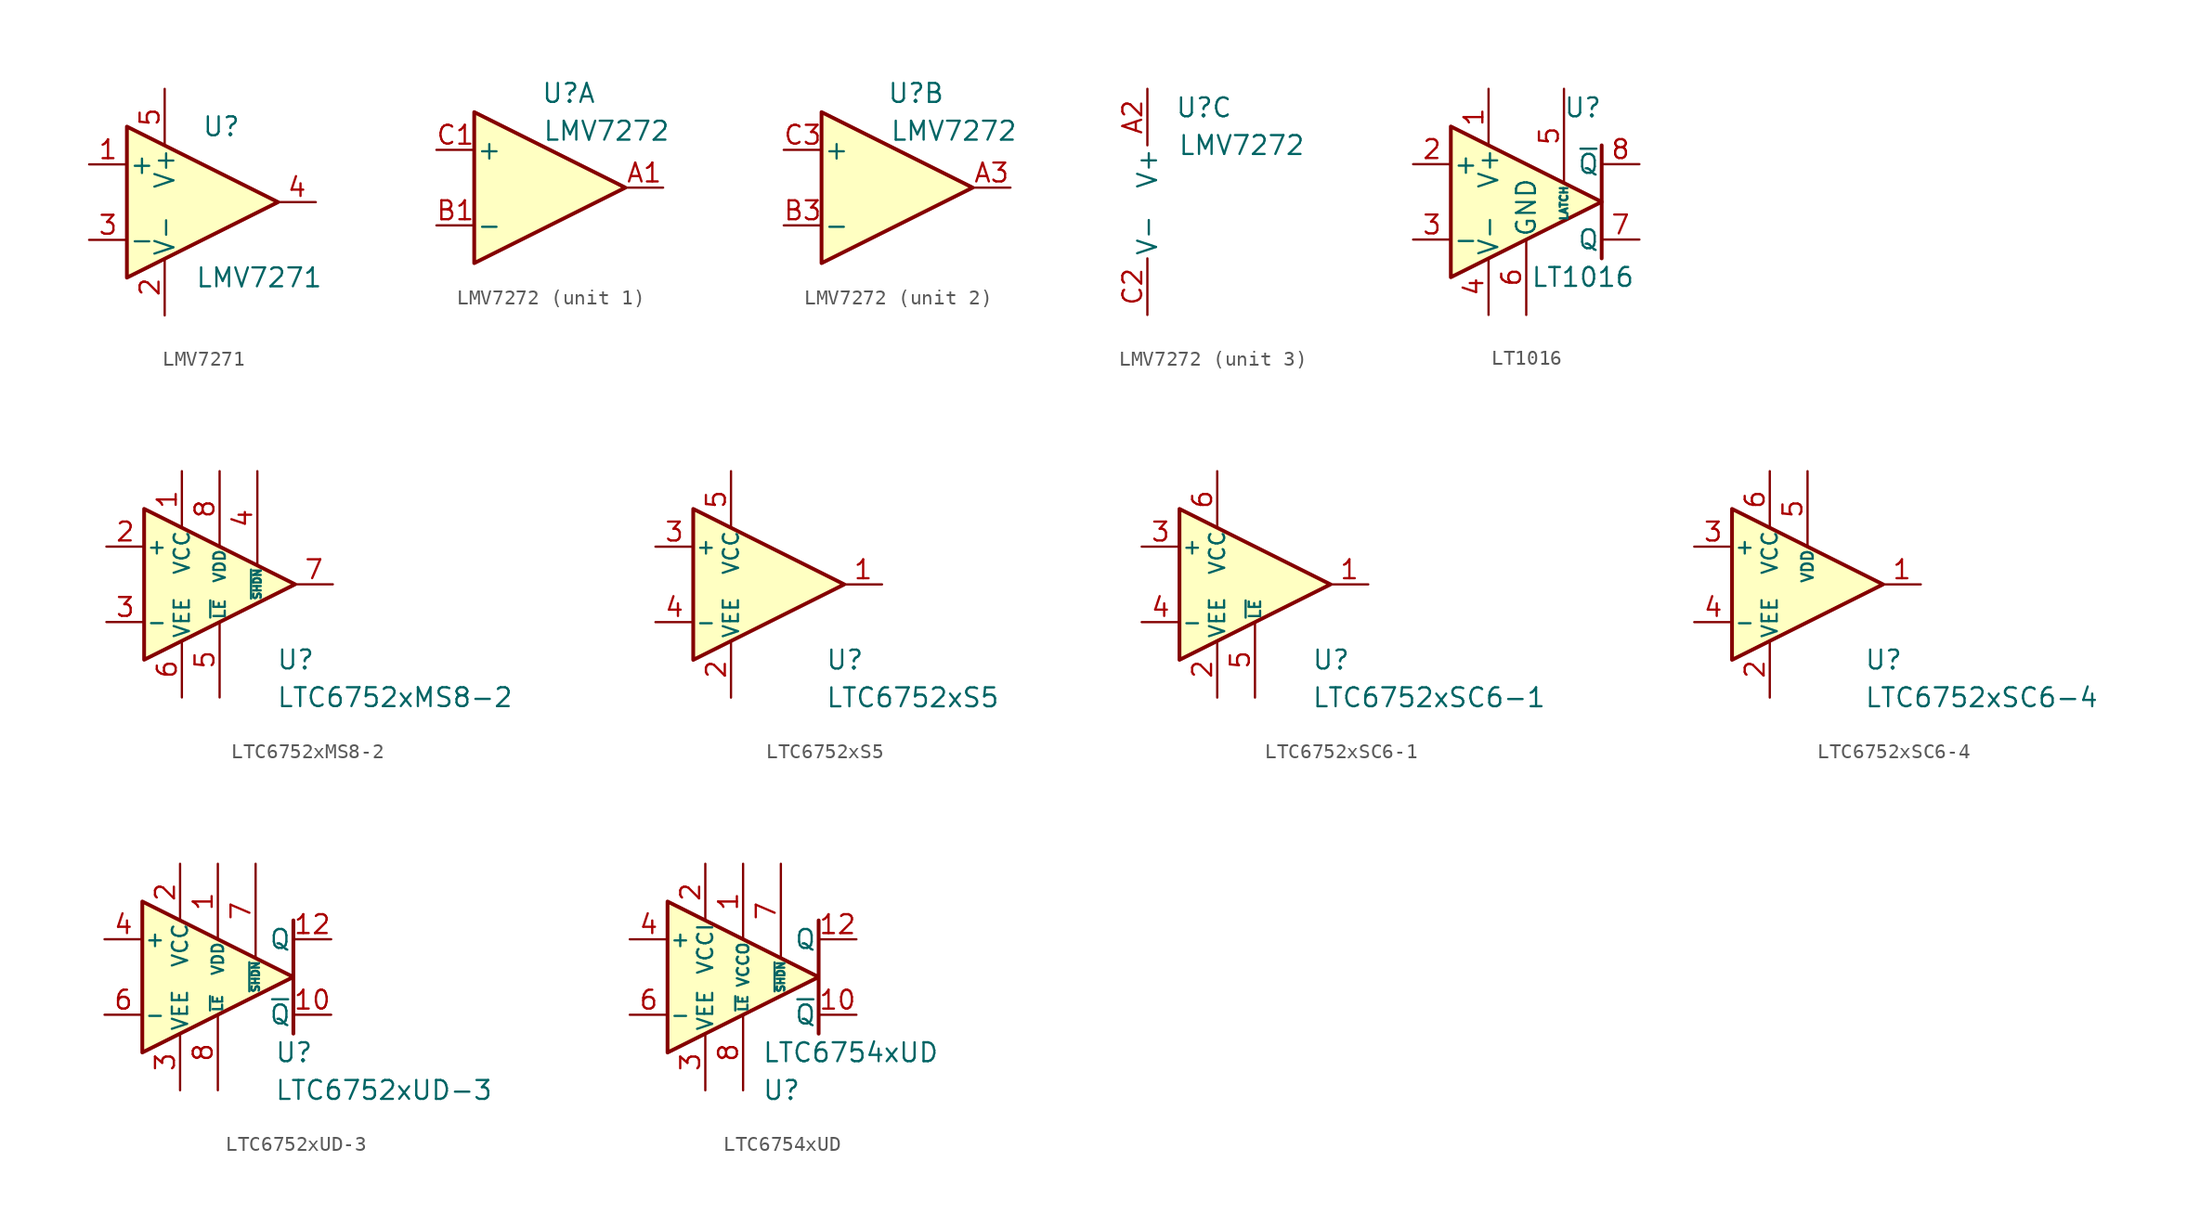
<source format=kicad_sym>
(kicad_symbol_lib
  (version 20241209)
  (generator "kicad_symbol_editor")
  (generator_version "9.0")
  (symbol "LMV7271"
    (pin_names
      (offset 0.127))
    (property "Reference" "U"
      (at 1.27 5.08 0)
      (effects (font (size 1.27 1.27))))
    (property "Value" "LMV7271"
      (at 3.81 -5.08 0)
      (effects (font (size 1.27 1.27))))
    (symbol "LMV7271_0_1"
      (polyline (pts (xy -5.08 5.08) (xy 5.08 0) (xy -5.08 -5.08) (xy -5.08 5.08)) (stroke (width 0.254) (type default)) (fill (type background))))
    (symbol "LMV7271_1_1"
      (pin input line (at -7.62 2.54 0) (length 2.54) (name "+" (effects (font (size 1.27 1.27)))) (number "1" (effects (font (size 1.27 1.27)))))
      (pin input line (at -7.62 -2.54 0) (length 2.54) (name "-" (effects (font (size 1.27 1.27)))) (number "3" (effects (font (size 1.27 1.27)))))
      (pin power_in line (at -2.54 7.62 270) (length 3.81) (name "V+" (effects (font (size 1.27 1.27)))) (number "5" (effects (font (size 1.27 1.27)))))
      (pin power_in line (at -2.54 -7.62 90) (length 3.81) (name "V-" (effects (font (size 1.27 1.27)))) (number "2" (effects (font (size 1.27 1.27)))))
      (pin output line (at 7.62 0 180) (length 2.54) (name "~" (effects (font (size 1.27 1.27)))) (number "4" (effects (font (size 1.27 1.27)))))))
  (symbol "LMV7272"
    (pin_names
      (offset 0.127))
    (property "Reference" "U"
      (at 1.27 6.35 0)
      (effects (font (size 1.27 1.27))))
    (property "Value" "LMV7272"
      (at 3.81 3.81 0)
      (effects (font (size 1.27 1.27))))
    (property "ki_locked" ""
      (at 0 0 0)
      (effects (font (size 1.27 1.27))))
    (symbol "LMV7272_1_1"
      (polyline (pts (xy -5.08 5.08) (xy 5.08 0) (xy -5.08 -5.08) (xy -5.08 5.08)) (stroke (width 0.254) (type default)) (fill (type background)))
      (pin input line (at -7.62 2.54 0) (length 2.54) (name "+" (effects (font (size 1.27 1.27)))) (number "C1" (effects (font (size 1.27 1.27)))))
      (pin input line (at -7.62 -2.54 0) (length 2.54) (name "-" (effects (font (size 1.27 1.27)))) (number "B1" (effects (font (size 1.27 1.27)))))
      (pin output line (at 7.62 0 180) (length 2.54) (name "~" (effects (font (size 1.27 1.27)))) (number "A1" (effects (font (size 1.27 1.27))))))
    (symbol "LMV7272_2_1"
      (polyline (pts (xy -5.08 2.54) (xy -5.08 5.08) (xy 5.08 0) (xy -5.08 -5.08) (xy -5.08 2.54)) (stroke (width 0.254) (type default)) (fill (type background)))
      (pin input line (at -7.62 2.54 0) (length 2.54) (name "+" (effects (font (size 1.27 1.27)))) (number "C3" (effects (font (size 1.27 1.27)))))
      (pin input line (at -7.62 -2.54 0) (length 2.54) (name "-" (effects (font (size 1.27 1.27)))) (number "B3" (effects (font (size 1.27 1.27)))))
      (pin output line (at 7.62 0 180) (length 2.54) (name "~" (effects (font (size 1.27 1.27)))) (number "A3" (effects (font (size 1.27 1.27))))))
    (symbol "LMV7272_3_1"
      (pin power_in line (at -2.54 7.62 270) (length 3.81) (name "V+" (effects (font (size 1.27 1.27)))) (number "A2" (effects (font (size 1.27 1.27)))))
      (pin power_in line (at -2.54 -7.62 90) (length 3.81) (name "V-" (effects (font (size 1.27 1.27)))) (number "C2" (effects (font (size 1.27 1.27)))))))
  (symbol "LT1016"
    (pin_names
      (offset 0.127))
    (property "Reference" "U"
      (at 3.81 6.35 0)
      (effects (font (size 1.27 1.27))))
    (property "Value" "LT1016"
      (at 3.81 -5.08 0)
      (effects (font (size 1.27 1.27))))
    (symbol "LT1016_0_1"
      (polyline (pts (xy -5.08 5.08) (xy 5.08 0) (xy -5.08 -5.08) (xy -5.08 5.08)) (stroke (width 0.254) (type default)) (fill (type background)))
      (polyline (pts (xy 5.08 3.81) (xy 5.08 -3.81)) (stroke (width 0.254) (type default)) (fill (type none))))
    (symbol "LT1016_1_1"
      (pin input line (at -7.62 2.54 0) (length 2.54) (name "+" (effects (font (size 1.27 1.27)))) (number "2" (effects (font (size 1.27 1.27)))))
      (pin input line (at -7.62 -2.54 0) (length 2.54) (name "-" (effects (font (size 1.27 1.27)))) (number "3" (effects (font (size 1.27 1.27)))))
      (pin power_in line (at -2.54 7.62 270) (length 3.81) (name "V+" (effects (font (size 1.27 1.27)))) (number "1" (effects (font (size 1.27 1.27)))))
      (pin power_in line (at -2.54 -7.62 90) (length 3.81) (name "V-" (effects (font (size 1.27 1.27)))) (number "4" (effects (font (size 1.27 1.27)))))
      (pin power_in line (at 0 -7.62 90) (length 5.08) (name "GND" (effects (font (size 1.27 1.27)))) (number "6" (effects (font (size 1.27 1.27)))))
      (pin input line (at 2.54 7.62 270) (length 6.35) (name "LATCH" (effects (font (size 0.508 0.508)))) (number "5" (effects (font (size 1.27 1.27)))))
      (pin output line (at 7.62 2.54 180) (length 2.54) (name "~{Q}" (effects (font (size 1.27 1.27)))) (number "8" (effects (font (size 1.27 1.27)))))
      (pin output line (at 7.62 -2.54 180) (length 2.54) (name "Q" (effects (font (size 1.27 1.27)))) (number "7" (effects (font (size 1.27 1.27)))))))
  (symbol "LTC6752xMS8-2"
    (pin_names
      (offset 0.127))
    (property "Reference" "U"
      (at 3.81 -5.08 0)
      (effects (font (size 1.27 1.27)) (justify left)))
    (property "Value" "LTC6752xMS8-2"
      (at 3.81 -7.62 0)
      (effects (font (size 1.27 1.27)) (justify left)))
    (symbol "LTC6752xMS8-2_1_1"
      (polyline (pts (xy -5.08 5.08) (xy 5.08 0) (xy -5.08 -5.08) (xy -5.08 5.08)) (stroke (width 0.254) (type default)) (fill (type background)))
      (pin input line (at -7.62 2.54 0) (length 2.54) (name "+" (effects (font (size 1.016 1.016)))) (number "2" (effects (font (size 1.27 1.27)))))
      (pin input line (at -7.62 -2.54 0) (length 2.54) (name "-" (effects (font (size 1.016 1.016)))) (number "3" (effects (font (size 1.27 1.27)))))
      (pin power_in line (at -2.54 7.62 270) (length 3.81) (name "VCC" (effects (font (size 1.016 1.016)))) (number "1" (effects (font (size 1.27 1.27)))))
      (pin power_in line (at -2.54 -7.62 90) (length 3.81) (name "VEE" (effects (font (size 1.016 1.016)))) (number "6" (effects (font (size 1.27 1.27)))))
      (pin power_in line (at 0 7.62 270) (length 5.08) (name "VDD" (effects (font (size 0.762 0.762)))) (number "8" (effects (font (size 1.27 1.27)))))
      (pin input line (at 0 -7.62 90) (length 5.08) (name "~{LE}" (effects (font (size 0.762 0.762)))) (number "5" (effects (font (size 1.27 1.27)))))
      (pin input line (at 2.54 7.62 270) (length 6.35) (name "~{SHDN}" (effects (font (size 0.508 0.508)))) (number "4" (effects (font (size 1.27 1.27)))))
      (pin output line (at 7.62 0 180) (length 2.54) (name "~" (effects (font (size 1.27 1.27)))) (number "7" (effects (font (size 1.27 1.27)))))))
  (symbol "LTC6752xS5"
    (pin_names
      (offset 0.127))
    (property "Reference" "U"
      (at 3.81 -5.08 0)
      (effects (font (size 1.27 1.27)) (justify left)))
    (property "Value" "LTC6752xS5"
      (at 3.81 -7.62 0)
      (effects (font (size 1.27 1.27)) (justify left)))
    (symbol "LTC6752xS5_1_1"
      (polyline (pts (xy -5.08 5.08) (xy 5.08 0) (xy -5.08 -5.08) (xy -5.08 5.08)) (stroke (width 0.254) (type default)) (fill (type background)))
      (pin input line (at -7.62 2.54 0) (length 2.54) (name "+" (effects (font (size 1.016 1.016)))) (number "3" (effects (font (size 1.27 1.27)))))
      (pin input line (at -7.62 -2.54 0) (length 2.54) (name "-" (effects (font (size 1.016 1.016)))) (number "4" (effects (font (size 1.27 1.27)))))
      (pin power_in line (at -2.54 7.62 270) (length 3.81) (name "VCC" (effects (font (size 1.016 1.016)))) (number "5" (effects (font (size 1.27 1.27)))))
      (pin power_in line (at -2.54 -7.62 90) (length 3.81) (name "VEE" (effects (font (size 1.016 1.016)))) (number "2" (effects (font (size 1.27 1.27)))))
      (pin output line (at 7.62 0 180) (length 2.54) (name "~" (effects (font (size 1.27 1.27)))) (number "1" (effects (font (size 1.27 1.27)))))))
  (symbol "LTC6752xSC6-1"
    (pin_names
      (offset 0.127))
    (property "Reference" "U"
      (at 3.81 -5.08 0)
      (effects (font (size 1.27 1.27)) (justify left)))
    (property "Value" "LTC6752xSC6-1"
      (at 3.81 -7.62 0)
      (effects (font (size 1.27 1.27)) (justify left)))
    (symbol "LTC6752xSC6-1_1_1"
      (polyline (pts (xy -5.08 5.08) (xy 5.08 0) (xy -5.08 -5.08) (xy -5.08 5.08)) (stroke (width 0.254) (type default)) (fill (type background)))
      (pin input line (at -7.62 2.54 0) (length 2.54) (name "+" (effects (font (size 1.016 1.016)))) (number "3" (effects (font (size 1.27 1.27)))))
      (pin input line (at -7.62 -2.54 0) (length 2.54) (name "-" (effects (font (size 1.016 1.016)))) (number "4" (effects (font (size 1.27 1.27)))))
      (pin power_in line (at -2.54 7.62 270) (length 3.81) (name "VCC" (effects (font (size 1.016 1.016)))) (number "6" (effects (font (size 1.27 1.27)))))
      (pin power_in line (at -2.54 -7.62 90) (length 3.81) (name "VEE" (effects (font (size 1.016 1.016)))) (number "2" (effects (font (size 1.27 1.27)))))
      (pin input line (at 0 -7.62 90) (length 5.08) (name "~{LE}" (effects (font (size 0.762 0.762)))) (number "5" (effects (font (size 1.27 1.27)))))
      (pin output line (at 7.62 0 180) (length 2.54) (name "~" (effects (font (size 1.27 1.27)))) (number "1" (effects (font (size 1.27 1.27)))))))
  (symbol "LTC6752xSC6-4"
    (pin_names
      (offset 0.127))
    (property "Reference" "U"
      (at 3.81 -5.08 0)
      (effects (font (size 1.27 1.27)) (justify left)))
    (property "Value" "LTC6752xSC6-4"
      (at 3.81 -7.62 0)
      (effects (font (size 1.27 1.27)) (justify left)))
    (symbol "LTC6752xSC6-4_1_1"
      (polyline (pts (xy -5.08 5.08) (xy 5.08 0) (xy -5.08 -5.08) (xy -5.08 5.08)) (stroke (width 0.254) (type default)) (fill (type background)))
      (pin input line (at -7.62 2.54 0) (length 2.54) (name "+" (effects (font (size 1.016 1.016)))) (number "3" (effects (font (size 1.27 1.27)))))
      (pin input line (at -7.62 -2.54 0) (length 2.54) (name "-" (effects (font (size 1.016 1.016)))) (number "4" (effects (font (size 1.27 1.27)))))
      (pin power_in line (at -2.54 7.62 270) (length 3.81) (name "VCC" (effects (font (size 1.016 1.016)))) (number "6" (effects (font (size 1.27 1.27)))))
      (pin power_in line (at -2.54 -7.62 90) (length 3.81) (name "VEE" (effects (font (size 1.016 1.016)))) (number "2" (effects (font (size 1.27 1.27)))))
      (pin power_in line (at 0 7.62 270) (length 5.08) (name "VDD" (effects (font (size 0.762 0.762)))) (number "5" (effects (font (size 1.27 1.27)))))
      (pin output line (at 7.62 0 180) (length 2.54) (name "~" (effects (font (size 1.27 1.27)))) (number "1" (effects (font (size 1.27 1.27)))))))
  (symbol "LTC6752xUD-3"
    (pin_names
      (offset 0.127))
    (property "Reference" "U"
      (at 3.81 -5.08 0)
      (effects (font (size 1.27 1.27)) (justify left)))
    (property "Value" "LTC6752xUD-3"
      (at 3.81 -7.62 0)
      (effects (font (size 1.27 1.27)) (justify left)))
    (symbol "LTC6752xUD-3_0_1"
      (polyline (pts (xy 5.08 3.81) (xy 5.08 0) (xy -5.08 5.08) (xy -5.08 -5.08) (xy 5.08 0) (xy 5.08 -3.81)) (stroke (width 0.254) (type default)) (fill (type background))))
    (symbol "LTC6752xUD-3_1_1"
      (pin input line (at -7.62 2.54 0) (length 2.54) (name "+" (effects (font (size 1.016 1.016)))) (number "4" (effects (font (size 1.27 1.27)))))
      (pin input line (at -7.62 -2.54 0) (length 2.54) (name "-" (effects (font (size 1.016 1.016)))) (number "6" (effects (font (size 1.27 1.27)))))
      (pin no_connect line (at -5.08 0 0) (length 2.54) (hide yes) (name "NC" (effects (font (size 1.27 1.27)))) (number "5" (effects (font (size 1.27 1.27)))))
      (pin power_in line (at -2.54 7.62 270) (length 3.81) (name "VCC" (effects (font (size 1.016 1.016)))) (number "2" (effects (font (size 1.27 1.27)))))
      (pin passive line (at -2.54 -7.62 90) (length 3.81) (hide yes) (name "VEE" (effects (font (size 1.016 1.016)))) (number "13" (effects (font (size 1.27 1.27)))))
      (pin power_in line (at -2.54 -7.62 90) (length 3.81) (name "VEE" (effects (font (size 1.016 1.016)))) (number "3" (effects (font (size 1.27 1.27)))))
      (pin passive line (at -2.54 -7.62 90) (length 3.81) (hide yes) (name "VEE" (effects (font (size 1.016 1.016)))) (number "9" (effects (font (size 1.27 1.27)))))
      (pin power_in line (at 0 7.62 270) (length 5.08) (name "VDD" (effects (font (size 0.762 0.762)))) (number "1" (effects (font (size 1.27 1.27)))))
      (pin input line (at 0 -7.62 90) (length 5.08) (name "~{LE}" (effects (font (size 0.635 0.635)))) (number "8" (effects (font (size 1.27 1.27)))))
      (pin input line (at 2.54 7.62 270) (length 6.35) (name "~{SHDN}" (effects (font (size 0.508 0.508)))) (number "7" (effects (font (size 1.27 1.27)))))
      (pin no_connect line (at 5.08 0 180) (length 2.54) (hide yes) (name "NC" (effects (font (size 1.27 1.27)))) (number "11" (effects (font (size 1.27 1.27)))))
      (pin output line (at 7.62 2.54 180) (length 2.54) (name "Q" (effects (font (size 1.27 1.27)))) (number "12" (effects (font (size 1.27 1.27)))))
      (pin output line (at 7.62 -2.54 180) (length 2.54) (name "~{Q}" (effects (font (size 1.27 1.27)))) (number "10" (effects (font (size 1.27 1.27)))))))
  (symbol "LTC6754xUD"
    (pin_names
      (offset 0.127))
    (property "Reference" "U"
      (at 1.27 -7.62 0)
      (effects (font (size 1.27 1.27)) (justify left)))
    (property "Value" "LTC6754xUD"
      (at 1.27 -5.08 0)
      (effects (font (size 1.27 1.27)) (justify left)))
    (symbol "LTC6754xUD_0_1"
      (polyline (pts (xy 5.08 3.81) (xy 5.08 0) (xy -5.08 5.08) (xy -5.08 -5.08) (xy 5.08 0) (xy 5.08 -3.81)) (stroke (width 0.254) (type default)) (fill (type background))))
    (symbol "LTC6754xUD_1_1"
      (pin input line (at -7.62 2.54 0) (length 2.54) (name "+" (effects (font (size 1.016 1.016)))) (number "4" (effects (font (size 1.27 1.27)))))
      (pin input line (at -7.62 -2.54 0) (length 2.54) (name "-" (effects (font (size 1.016 1.016)))) (number "6" (effects (font (size 1.27 1.27)))))
      (pin no_connect line (at -5.08 0 0) (length 2.54) (hide yes) (name "NC" (effects (font (size 1.27 1.27)))) (number "5" (effects (font (size 1.27 1.27)))))
      (pin power_in line (at -2.54 7.62 270) (length 3.81) (name "VCCI" (effects (font (size 1.016 1.016)))) (number "2" (effects (font (size 1.27 1.27)))))
      (pin passive line (at -2.54 -7.62 90) (length 3.81) (hide yes) (name "VEE" (effects (font (size 1.016 1.016)))) (number "13" (effects (font (size 1.27 1.27)))))
      (pin power_in line (at -2.54 -7.62 90) (length 3.81) (name "VEE" (effects (font (size 1.016 1.016)))) (number "3" (effects (font (size 1.27 1.27)))))
      (pin passive line (at -2.54 -7.62 90) (length 3.81) (hide yes) (name "VEE" (effects (font (size 1.016 1.016)))) (number "9" (effects (font (size 1.27 1.27)))))
      (pin power_in line (at 0 7.62 270) (length 5.08) (name "VCCO" (effects (font (size 0.762 0.762)))) (number "1" (effects (font (size 1.27 1.27)))))
      (pin input line (at 0 -7.62 90) (length 5.08) (name "~{LE}" (effects (font (size 0.635 0.635)))) (number "8" (effects (font (size 1.27 1.27)))))
      (pin input line (at 2.54 7.62 270) (length 6.35) (name "~{SHDN}" (effects (font (size 0.508 0.508)))) (number "7" (effects (font (size 1.27 1.27)))))
      (pin no_connect line (at 5.08 0 180) (length 2.54) (hide yes) (name "NC" (effects (font (size 1.27 1.27)))) (number "11" (effects (font (size 1.27 1.27)))))
      (pin output line (at 7.62 2.54 180) (length 2.54) (name "Q" (effects (font (size 1.27 1.27)))) (number "12" (effects (font (size 1.27 1.27)))))
      (pin output line (at 7.62 -2.54 180) (length 2.54) (name "~{Q}" (effects (font (size 1.27 1.27)))) (number "10" (effects (font (size 1.27 1.27))))))))
</source>
